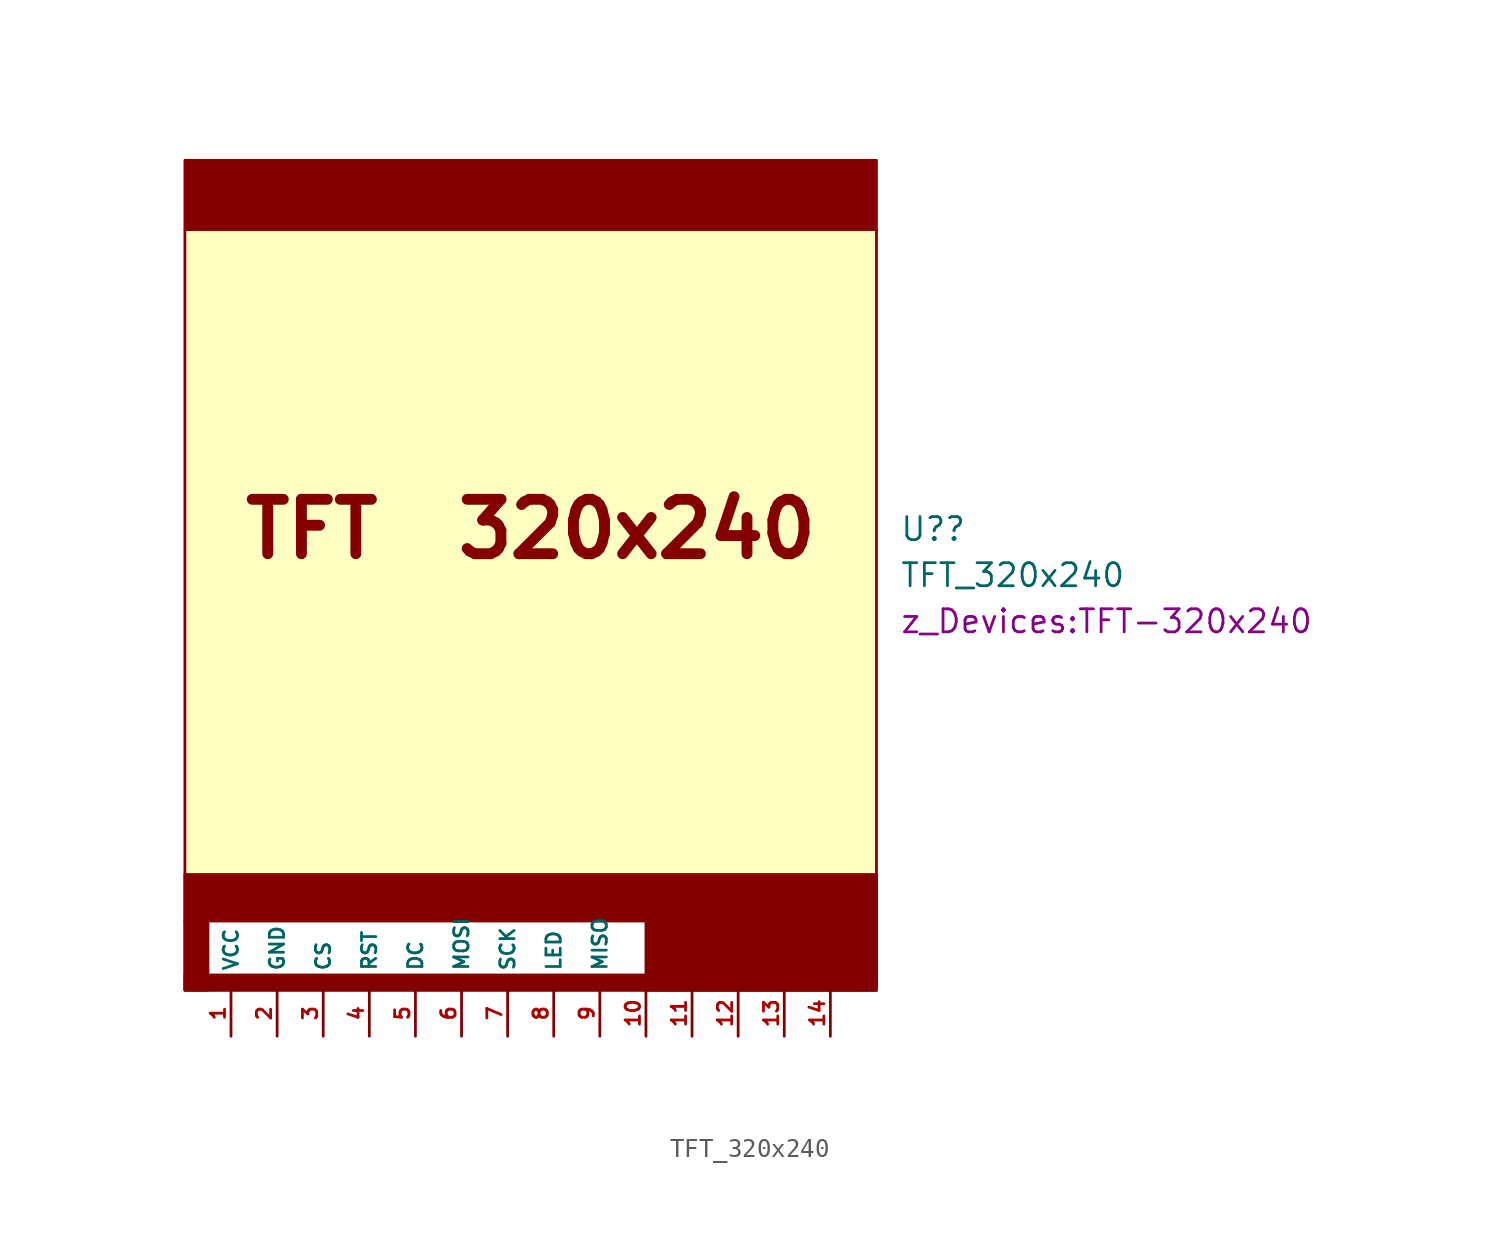
<source format=kicad_sym>
(kicad_symbol_lib
  (version 20231120)
  (generator "kicad_symbol_editor")
  (generator_version "8.0")
  (symbol "TFT_320x240"
    (pin_names
      (offset 1.016))
    (property "Reference" "U?"
      (at 20.32 25.4 0)
      (effects (font (size 1.27 1.27)) (justify left)))
    (property "Value" "TFT_320x240"
      (at 20.32 22.86 0)
      (effects (font (size 1.27 1.27)) (justify left)))
    (property "Footprint" "z_Devices:TFT-320x240"
      (at 20.32 20.32 0)
      (effects (font (size 1.27 1.27)) (justify left)))
    (symbol "TFT_320x240_0_0"
      (text "TFT  320x240" (at 0 25.4 0) (effects (font (size 2.997 2.997) (bold yes)))))
    (symbol "TFT_320x240_0_1"
      (rectangle (start -19.05 0) (end 19.05 0.838) (stroke (width 0) (type default)) (fill (type outline)))
      (rectangle (start -19.05 0) (end 19.05 6.35) (stroke (width 0) (type default)) (fill (type none)))
      (rectangle (start -19.05 6.35) (end 19.05 3.81) (stroke (width 0) (type default)) (fill (type outline)))
      (rectangle (start -19.05 6.35) (end 19.05 41.91) (stroke (width 0) (type default)) (fill (type background)))
      (rectangle (start -19.05 41.91) (end 19.05 45.72) (stroke (width 0) (type default)) (fill (type outline)))
      (rectangle (start -17.78 0) (end -19.05 3.81) (stroke (width 0) (type default)) (fill (type outline)))
      (rectangle (start 19.05 0) (end 6.35 3.81) (stroke (width 0) (type default)) (fill (type outline))))
    (symbol "TFT_320x240_1_1"
      (pin power_in line (at -16.51 -2.54 90) (length 2.54) (name "VCC" (effects (font (size 0.787 0.787)))) (number "1" (effects (font (size 0.787 0.787)))))
      (pin bidirectional line (at 6.35 -2.54 90) (length 2.54) (name "~" (effects (font (size 0.787 0.787)))) (number "10" (effects (font (size 0.787 0.787)))))
      (pin bidirectional line (at 8.89 -2.54 90) (length 2.54) (name "~" (effects (font (size 0.787 0.787)))) (number "11" (effects (font (size 0.787 0.787)))))
      (pin bidirectional line (at 11.43 -2.54 90) (length 2.54) (name "~" (effects (font (size 0.787 0.787)))) (number "12" (effects (font (size 0.787 0.787)))))
      (pin bidirectional line (at 13.97 -2.54 90) (length 2.54) (name "~" (effects (font (size 0.787 0.787)))) (number "13" (effects (font (size 0.787 0.787)))))
      (pin bidirectional line (at 16.51 -2.54 90) (length 2.54) (name "~" (effects (font (size 0.787 0.787)))) (number "14" (effects (font (size 0.787 0.787)))))
      (pin bidirectional line (at -13.97 -2.54 90) (length 2.54) (name "GND" (effects (font (size 0.787 0.787)))) (number "2" (effects (font (size 0.787 0.787)))))
      (pin bidirectional line (at -11.43 -2.54 90) (length 2.54) (name "CS" (effects (font (size 0.787 0.787)))) (number "3" (effects (font (size 0.787 0.787)))))
      (pin bidirectional line (at -8.89 -2.54 90) (length 2.54) (name "RST" (effects (font (size 0.787 0.787)))) (number "4" (effects (font (size 0.787 0.787)))))
      (pin bidirectional line (at -6.35 -2.54 90) (length 2.54) (name "DC" (effects (font (size 0.787 0.787)))) (number "5" (effects (font (size 0.787 0.787)))))
      (pin bidirectional line (at -3.81 -2.54 90) (length 2.54) (name "MOSI" (effects (font (size 0.787 0.787)))) (number "6" (effects (font (size 0.787 0.787)))))
      (pin bidirectional line (at -1.27 -2.54 90) (length 2.54) (name "SCK" (effects (font (size 0.787 0.787)))) (number "7" (effects (font (size 0.787 0.787)))))
      (pin power_in line (at 1.27 -2.54 90) (length 2.54) (name "LED" (effects (font (size 0.787 0.787)))) (number "8" (effects (font (size 0.787 0.787)))))
      (pin bidirectional line (at 3.81 -2.54 90) (length 2.54) (name "MISO" (effects (font (size 0.787 0.787)))) (number "9" (effects (font (size 0.787 0.787))))))))
</source>
